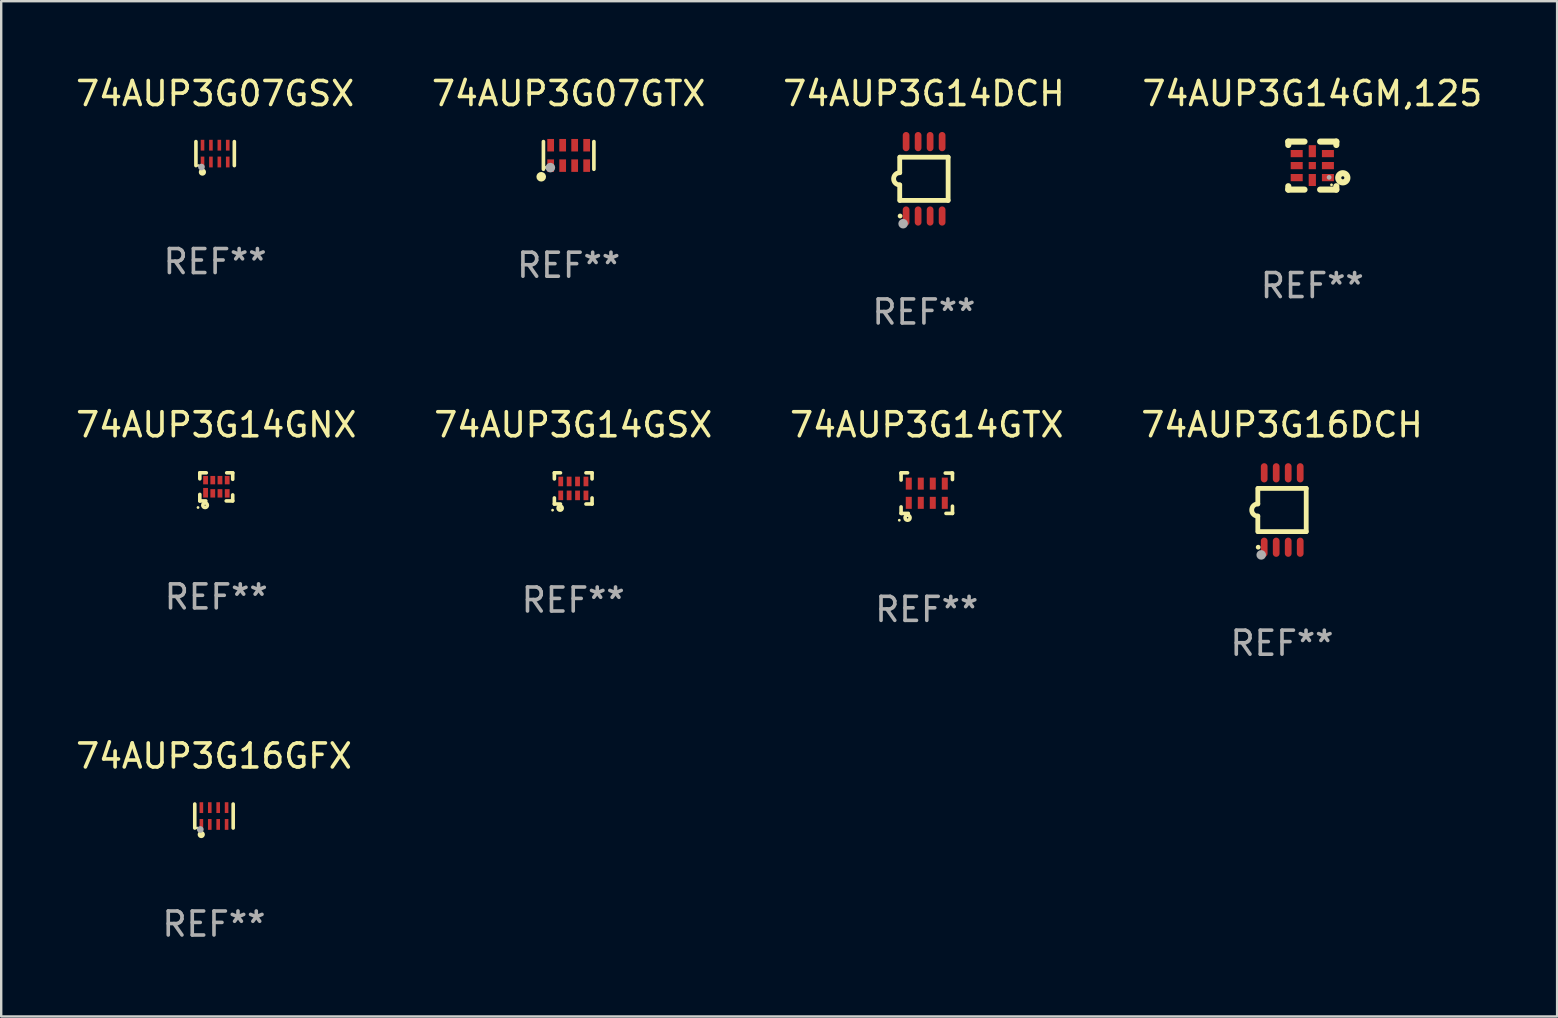
<source format=kicad_pcb>
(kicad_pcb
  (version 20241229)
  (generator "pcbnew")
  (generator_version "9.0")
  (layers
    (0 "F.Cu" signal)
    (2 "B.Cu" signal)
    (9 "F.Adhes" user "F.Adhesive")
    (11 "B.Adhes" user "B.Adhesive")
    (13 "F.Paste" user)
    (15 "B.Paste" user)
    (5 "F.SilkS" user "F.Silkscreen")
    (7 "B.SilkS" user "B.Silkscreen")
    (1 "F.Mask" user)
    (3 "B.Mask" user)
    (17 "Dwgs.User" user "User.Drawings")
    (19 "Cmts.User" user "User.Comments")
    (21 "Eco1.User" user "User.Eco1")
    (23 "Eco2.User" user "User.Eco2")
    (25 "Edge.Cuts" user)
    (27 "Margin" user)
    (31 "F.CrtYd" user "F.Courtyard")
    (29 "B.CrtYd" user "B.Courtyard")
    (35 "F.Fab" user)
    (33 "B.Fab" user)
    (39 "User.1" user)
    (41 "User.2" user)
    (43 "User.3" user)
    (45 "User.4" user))
  (footprint "74AUP3G14GNX"
    (layer "F.Cu")
    (at 5.958 17.23)
    (property "Reference" "74AUP3G14GNX" (at 0 -2.585 0) (layer "F.SilkS") (effects (font (size 1 1) (thickness 0.15))))
    (attr through_hole)
    (fp_line (start -0.685 -0.585) (end -0.415 -0.585) (stroke (width 0.15) (type solid)) (layer "F.SilkS"))
    (fp_line (start -0.685 -0.335) (end -0.685 -0.585) (stroke (width 0.15) (type solid)) (layer "F.SilkS"))
    (fp_line (start -0.685 0.585) (end -0.685 0.315) (stroke (width 0.15) (type solid)) (layer "F.SilkS"))
    (fp_line (start -0.435 0.585) (end -0.685 0.585) (stroke (width 0.15) (type solid)) (layer "F.SilkS"))
    (fp_line (start 0.435 -0.585) (end 0.685 -0.585) (stroke (width 0.15) (type solid)) (layer "F.SilkS"))
    (fp_line (start 0.685 -0.585) (end 0.685 -0.315) (stroke (width 0.15) (type solid)) (layer "F.SilkS"))
    (fp_line (start 0.685 0.335) (end 0.685 0.585) (stroke (width 0.15) (type solid)) (layer "F.SilkS"))
    (fp_line (start 0.685 0.585) (end 0.415 0.585) (stroke (width 0.15) (type solid)) (layer "F.SilkS"))
    (fp_circle (center -0.76 0.86) (end -0.73 0.86) (stroke (width 0.06) (type solid)) (fill no) (layer "F.SilkS"))
    (fp_circle (center -0.465 0.765) (end -0.445 0.765) (stroke (width 0.15) (type solid)) (fill no) (layer "F.SilkS"))
    (fp_text user "REF**" (at 0 4.585 0) (layer "F.Fab") (effects (font (size 1 1) (thickness 0.15))))
    (pad "1" smd rect (at -0.445 0.245) (size 0.2 0.4) (layers "F.Cu" "F.Mask" "F.Paste"))
    (pad "2" smd rect (at -0.145 0.27) (size 0.2 0.35) (layers "F.Cu" "F.Mask" "F.Paste"))
    (pad "3" smd rect (at 0.155 0.27) (size 0.2 0.35) (layers "F.Cu" "F.Mask" "F.Paste"))
    (pad "4" smd rect (at 0.455 0.27) (size 0.2 0.35) (layers "F.Cu" "F.Mask" "F.Paste"))
    (pad "5" smd rect (at 0.455 -0.28) (size 0.2 0.35) (layers "F.Cu" "F.Mask" "F.Paste"))
    (pad "6" smd rect (at 0.155 -0.28) (size 0.2 0.35) (layers "F.Cu" "F.Mask" "F.Paste"))
    (pad "7" smd rect (at -0.145 -0.28) (size 0.2 0.35) (layers "F.Cu" "F.Mask" "F.Paste"))
    (pad "8" smd rect (at -0.445 -0.28) (size 0.2 0.35) (layers "F.Cu" "F.Mask" "F.Paste")))
  (footprint "74AUP3G16DCH"
    (layer "F.Cu")
    (at 50.351 18.194)
    (property "Reference" "74AUP3G16DCH" (at 0 -3.55 0) (layer "F.SilkS") (effects (font (size 1 1) (thickness 0.15))))
    (attr through_hole)
    (fp_line (start -1.008 -0.254) (end -1.008 -0.9) (stroke (width 0.2) (type solid)) (layer "F.SilkS"))
    (fp_line (start -1.008 0.254) (end -1.008 0.9) (stroke (width 0.2) (type solid)) (layer "F.SilkS"))
    (fp_line (start -0.992 0.9) (end 1.008 0.9) (stroke (width 0.2) (type solid)) (layer "F.SilkS"))
    (fp_line (start 1.008 -0.9) (end -0.992 -0.9) (stroke (width 0.2) (type solid)) (layer "F.SilkS"))
    (fp_line (start 1.008 0.9) (end 1.008 -0.9) (stroke (width 0.2) (type solid)) (layer "F.SilkS"))
    (fp_arc (start -1.008001 0.254001) (mid -1.262002 0) (end -1.008001 -0.254001) (stroke (width 0.2) (type solid)) (layer "F.SilkS"))
    (fp_circle (center -0.992 1.55) (end -0.942 1.55) (stroke (width 0.1) (type solid)) (fill no) (layer "F.SilkS"))
    (fp_circle (center -0.866 1.87) (end -0.766 1.87) (stroke (width 0.2) (type solid)) (fill no) (layer "F.Fab"))
    (fp_text user "REF**" (at 0 5.55 0) (layer "F.Fab") (effects (font (size 1 1) (thickness 0.15))))
    (pad "1" smd oval (at -0.742 1.55 270) (size 0.8 0.28) (layers "F.Cu" "F.Mask" "F.Paste"))
    (pad "2" smd oval (at -0.242 1.55 270) (size 0.8 0.28) (layers "F.Cu" "F.Mask" "F.Paste"))
    (pad "3" smd oval (at 0.258 1.55 270) (size 0.8 0.28) (layers "F.Cu" "F.Mask" "F.Paste"))
    (pad "4" smd oval (at 0.758 1.55 270) (size 0.8 0.28) (layers "F.Cu" "F.Mask" "F.Paste"))
    (pad "5" smd oval (at 0.758 -1.55 270) (size 0.8 0.28) (layers "F.Cu" "F.Mask" "F.Paste"))
    (pad "6" smd oval (at 0.258 -1.55 270) (size 0.8 0.28) (layers "F.Cu" "F.Mask" "F.Paste"))
    (pad "7" smd oval (at -0.242 -1.55 270) (size 0.8 0.28) (layers "F.Cu" "F.Mask" "F.Paste"))
    (pad "8" smd oval (at -0.742 -1.55 270) (size 0.8 0.28) (layers "F.Cu" "F.Mask" "F.Paste")))
  (footprint "74AUP3G07GSX"
    (layer "F.Cu")
    (at 5.911 3.348)
    (property "Reference" "74AUP3G07GSX" (at 0 -2.5 0) (layer "F.SilkS") (effects (font (size 1 1) (thickness 0.15))))
    (attr through_hole)
    (fp_line (start -0.8 -0.5) (end -0.8 0.5) (stroke (width 0.15) (type solid)) (layer "F.SilkS"))
    (fp_line (start 0.8 -0.5) (end 0.8 0.5) (stroke (width 0.15) (type solid)) (layer "F.SilkS"))
    (fp_circle (center -0.7 0.5) (end -0.67 0.5) (stroke (width 0.06) (type solid)) (fill no) (layer "F.SilkS"))
    (fp_circle (center -0.53 0.77) (end -0.454 0.77) (stroke (width 0.15) (type solid)) (fill no) (layer "F.SilkS"))
    (fp_circle (center -0.57 0.56) (end -0.5 0.56) (stroke (width 0.14) (type solid)) (fill no) (layer "F.Fab"))
    (fp_text user "REF**" (at 0 4.5 0) (layer "F.Fab") (effects (font (size 1 1) (thickness 0.15))))
    (pad "1" smd rect (at -0.525 0.35) (size 0.15 0.45) (layers "F.Cu" "F.Mask" "F.Paste"))
    (pad "2" smd rect (at -0.175 0.35) (size 0.15 0.45) (layers "F.Cu" "F.Mask" "F.Paste"))
    (pad "3" smd rect (at 0.175 0.35) (size 0.15 0.45) (layers "F.Cu" "F.Mask" "F.Paste"))
    (pad "4" smd rect (at 0.525 0.35) (size 0.15 0.45) (layers "F.Cu" "F.Mask" "F.Paste"))
    (pad "5" smd rect (at 0.525 -0.35) (size 0.15 0.45) (layers "F.Cu" "F.Mask" "F.Paste"))
    (pad "6" smd rect (at 0.175 -0.35) (size 0.15 0.45) (layers "F.Cu" "F.Mask" "F.Paste"))
    (pad "7" smd rect (at -0.175 -0.35) (size 0.15 0.45) (layers "F.Cu" "F.Mask" "F.Paste"))
    (pad "8" smd rect (at -0.525 -0.35) (size 0.15 0.45) (layers "F.Cu" "F.Mask" "F.Paste")))
  (footprint "74AUP3G14GSX"
    (layer "F.Cu")
    (at 20.827 17.295)
    (property "Reference" "74AUP3G14GSX" (at 0 -2.65 0) (layer "F.SilkS") (effects (font (size 1 1) (thickness 0.15))))
    (attr through_hole)
    (fp_line (start -0.785 0.65) (end -0.785 0.396) (stroke (width 0.15) (type solid)) (layer "F.SilkS"))
    (fp_line (start -0.785 -0.65) (end -0.531 -0.65) (stroke (width 0.15) (type solid)) (layer "F.SilkS"))
    (fp_line (start -0.785 -0.396) (end -0.785 -0.65) (stroke (width 0.15) (type solid)) (layer "F.SilkS"))
    (fp_line (start -0.531 0.65) (end -0.785 0.65) (stroke (width 0.15) (type solid)) (layer "F.SilkS"))
    (fp_line (start 0.531 -0.65) (end 0.785 -0.65) (stroke (width 0.15) (type solid)) (layer "F.SilkS"))
    (fp_line (start 0.785 -0.65) (end 0.785 -0.396) (stroke (width 0.15) (type solid)) (layer "F.SilkS"))
    (fp_line (start 0.785 0.396) (end 0.785 0.65) (stroke (width 0.15) (type solid)) (layer "F.SilkS"))
    (fp_line (start 0.785 0.65) (end 0.531 0.65) (stroke (width 0.15) (type solid)) (layer "F.SilkS"))
    (fp_circle (center -0.86 0.905) (end -0.83 0.905) (stroke (width 0.06) (type solid)) (fill no) (layer "F.SilkS"))
    (fp_circle (center -0.545 0.82) (end -0.535 0.82) (stroke (width 0.15) (type solid)) (fill no) (layer "F.SilkS"))
    (fp_text user "REF**" (at 0 4.65 0) (layer "F.Fab") (effects (font (size 1 1) (thickness 0.15))))
    (pad "1" smd rect (at -0.52 0.29) (size 0.2 0.4) (layers "F.Cu" "F.Mask" "F.Paste"))
    (pad "2" smd rect (at -0.17 0.29) (size 0.2 0.4) (layers "F.Cu" "F.Mask" "F.Paste"))
    (pad "3" smd rect (at 0.18 0.29) (size 0.2 0.4) (layers "F.Cu" "F.Mask" "F.Paste"))
    (pad "4" smd rect (at 0.53 0.29) (size 0.2 0.4) (layers "F.Cu" "F.Mask" "F.Paste"))
    (pad "5" smd rect (at 0.53 -0.29) (size 0.2 0.4) (layers "F.Cu" "F.Mask" "F.Paste"))
    (pad "6" smd rect (at 0.18 -0.29) (size 0.2 0.4) (layers "F.Cu" "F.Mask" "F.Paste"))
    (pad "7" smd rect (at -0.17 -0.29) (size 0.2 0.4) (layers "F.Cu" "F.Mask" "F.Paste"))
    (pad "8" smd rect (at -0.52 -0.29) (size 0.2 0.4) (layers "F.Cu" "F.Mask" "F.Paste")))
  (footprint "74AUP3G14GM,125"
    (layer "F.Cu")
    (at 51.613 3.848)
    (property "Reference" "74AUP3G14GM,125" (at 0 -3 0) (layer "F.SilkS") (effects (font (size 1 1) (thickness 0.15))))
    (attr through_hole)
    (fp_line (start -1 -1) (end -0.325 -1) (stroke (width 0.254) (type solid)) (layer "F.SilkS"))
    (fp_line (start -1 -0.858) (end -1 -1) (stroke (width 0.254) (type solid)) (layer "F.SilkS"))
    (fp_line (start -1 1) (end -1 0.858) (stroke (width 0.254) (type solid)) (layer "F.SilkS"))
    (fp_line (start -0.325 1) (end -1 1) (stroke (width 0.254) (type solid)) (layer "F.SilkS"))
    (fp_line (start 0.325 -1) (end 1 -1) (stroke (width 0.254) (type solid)) (layer "F.SilkS"))
    (fp_line (start 1 -1) (end 1 -0.858) (stroke (width 0.254) (type solid)) (layer "F.SilkS"))
    (fp_line (start 1 0.858) (end 1 1) (stroke (width 0.254) (type solid)) (layer "F.SilkS"))
    (fp_line (start 1 1) (end 0.325 1) (stroke (width 0.254) (type solid)) (layer "F.SilkS"))
    (fp_circle (center 0.8 0.8) (end 0.83 0.8) (stroke (width 0.06) (type solid)) (fill no) (layer "F.SilkS"))
    (fp_circle (center 1.27 0.508) (end 1.334 0.508) (stroke (width 0.254) (type solid)) (fill no) (layer "F.SilkS"))
    (fp_circle (center 0.7 0.49) (end 0.75 0.49) (stroke (width 0.1) (type solid)) (fill no) (layer "F.Fab"))
    (fp_text user "REF**" (at 0 5 0) (layer "F.Fab") (effects (font (size 1 1) (thickness 0.15))))
    (pad "1" smd rect (at 0.65 0.5 180) (size 0.5 0.3) (layers "F.Cu" "F.Mask" "F.Paste"))
    (pad "2" smd rect (at 0.65 0 180) (size 0.5 0.3) (layers "F.Cu" "F.Mask" "F.Paste"))
    (pad "3" smd rect (at 0.65 -0.5 180) (size 0.5 0.3) (layers "F.Cu" "F.Mask" "F.Paste"))
    (pad "4" smd rect (at 0.000025 -0.6 270) (size 0.5 0.3) (layers "F.Cu" "F.Mask" "F.Paste"))
    (pad "5" smd rect (at -0.65 -0.5 180) (size 0.5 0.3) (layers "F.Cu" "F.Mask" "F.Paste"))
    (pad "6" smd rect (at -0.65 0 180) (size 0.5 0.3) (layers "F.Cu" "F.Mask" "F.Paste"))
    (pad "7" smd rect (at -0.65 0.5 180) (size 0.5 0.3) (layers "F.Cu" "F.Mask" "F.Paste"))
    (pad "8" smd rect (at 0.000025 0.6 270) (size 0.5 0.3) (layers "F.Cu" "F.Mask" "F.Paste"))
    (pad "9" smd rect (at 0.000025 0 270) (size 0.3 0.3) (layers "F.Cu" "F.Mask" "F.Paste")))
  (footprint "74AUP3G16GFX"
    (layer "F.Cu")
    (at 5.863 30.941)
    (property "Reference" "74AUP3G16GFX" (at 0 -2.5 0) (layer "F.SilkS") (effects (font (size 1 1) (thickness 0.15))))
    (attr through_hole)
    (fp_line (start -0.8 -0.5) (end -0.8 0.5) (stroke (width 0.15) (type solid)) (layer "F.SilkS"))
    (fp_line (start 0.8 -0.5) (end 0.8 0.5) (stroke (width 0.15) (type solid)) (layer "F.SilkS"))
    (fp_circle (center -0.7 0.5) (end -0.67 0.5) (stroke (width 0.06) (type solid)) (fill no) (layer "F.SilkS"))
    (fp_circle (center -0.53 0.77) (end -0.454 0.77) (stroke (width 0.15) (type solid)) (fill no) (layer "F.SilkS"))
    (fp_circle (center -0.57 0.56) (end -0.5 0.56) (stroke (width 0.14) (type solid)) (fill no) (layer "F.Fab"))
    (fp_text user "REF**" (at 0 4.5 0) (layer "F.Fab") (effects (font (size 1 1) (thickness 0.15))))
    (pad "1" smd rect (at -0.525 0.35) (size 0.15 0.45) (layers "F.Cu" "F.Mask" "F.Paste"))
    (pad "2" smd rect (at -0.175 0.35) (size 0.15 0.45) (layers "F.Cu" "F.Mask" "F.Paste"))
    (pad "3" smd rect (at 0.175 0.35) (size 0.15 0.45) (layers "F.Cu" "F.Mask" "F.Paste"))
    (pad "4" smd rect (at 0.525 0.35) (size 0.15 0.45) (layers "F.Cu" "F.Mask" "F.Paste"))
    (pad "5" smd rect (at 0.525 -0.35) (size 0.15 0.45) (layers "F.Cu" "F.Mask" "F.Paste"))
    (pad "6" smd rect (at 0.175 -0.35) (size 0.15 0.45) (layers "F.Cu" "F.Mask" "F.Paste"))
    (pad "7" smd rect (at -0.175 -0.35) (size 0.15 0.45) (layers "F.Cu" "F.Mask" "F.Paste"))
    (pad "8" smd rect (at -0.525 -0.35) (size 0.15 0.45) (layers "F.Cu" "F.Mask" "F.Paste")))
  (footprint "74AUP3G07GTX"
    (layer "F.Cu")
    (at 20.637 3.424)
    (property "Reference" "74AUP3G07GTX" (at 0 -2.576 0) (layer "F.SilkS") (effects (font (size 1 1) (thickness 0.15))))
    (attr through_hole)
    (fp_line (start -1.051 0.576) (end -1.051 -0.576) (stroke (width 0.152) (type solid)) (layer "F.SilkS"))
    (fp_line (start 1.051 -0.576) (end 1.051 0.576) (stroke (width 0.152) (type solid)) (layer "F.SilkS"))
    (fp_circle (center -1.143 0.889) (end -1.043 0.889) (stroke (width 0.2) (type solid)) (fill no) (layer "F.SilkS"))
    (fp_circle (center -0.975 0.5) (end -0.945 0.5) (stroke (width 0.06) (type solid)) (fill no) (layer "F.SilkS"))
    (fp_circle (center -0.762 0.508) (end -0.662 0.508) (stroke (width 0.2) (type solid)) (fill no) (layer "F.Fab"))
    (fp_text user "REF**" (at 0 4.576 0) (layer "F.Fab") (effects (font (size 1 1) (thickness 0.15))))
    (pad "1" smd rect (at -0.75 0.425) (size 0.28 0.521) (layers "F.Cu" "F.Mask" "F.Paste"))
    (pad "2" smd rect (at -0.25 0.425) (size 0.28 0.521) (layers "F.Cu" "F.Mask" "F.Paste"))
    (pad "3" smd rect (at 0.25 0.425) (size 0.28 0.521) (layers "F.Cu" "F.Mask" "F.Paste"))
    (pad "4" smd rect (at 0.75 0.425) (size 0.28 0.521) (layers "F.Cu" "F.Mask" "F.Paste"))
    (pad "5" smd rect (at 0.75 -0.425) (size 0.28 0.521) (layers "F.Cu" "F.Mask" "F.Paste"))
    (pad "6" smd rect (at 0.25 -0.425) (size 0.28 0.521) (layers "F.Cu" "F.Mask" "F.Paste"))
    (pad "7" smd rect (at -0.25 -0.425) (size 0.28 0.521) (layers "F.Cu" "F.Mask" "F.Paste"))
    (pad "8" smd rect (at -0.75 -0.425) (size 0.28 0.521) (layers "F.Cu" "F.Mask" "F.Paste")))
  (footprint "74AUP3G14DCH"
    (layer "F.Cu")
    (at 35.435 4.398)
    (property "Reference" "74AUP3G14DCH" (at 0 -3.55 0) (layer "F.SilkS") (effects (font (size 1 1) (thickness 0.15))))
    (attr through_hole)
    (fp_line (start -1.008 -0.254) (end -1.008 -0.9) (stroke (width 0.2) (type solid)) (layer "F.SilkS"))
    (fp_line (start -1.008 0.254) (end -1.008 0.9) (stroke (width 0.2) (type solid)) (layer "F.SilkS"))
    (fp_line (start -0.992 0.9) (end 1.008 0.9) (stroke (width 0.2) (type solid)) (layer "F.SilkS"))
    (fp_line (start 1.008 -0.9) (end -0.992 -0.9) (stroke (width 0.2) (type solid)) (layer "F.SilkS"))
    (fp_line (start 1.008 0.9) (end 1.008 -0.9) (stroke (width 0.2) (type solid)) (layer "F.SilkS"))
    (fp_arc (start -1.008001 0.254001) (mid -1.262002 0) (end -1.008001 -0.254001) (stroke (width 0.2) (type solid)) (layer "F.SilkS"))
    (fp_circle (center -0.992 1.55) (end -0.942 1.55) (stroke (width 0.1) (type solid)) (fill no) (layer "F.SilkS"))
    (fp_circle (center -0.866 1.87) (end -0.766 1.87) (stroke (width 0.2) (type solid)) (fill no) (layer "F.Fab"))
    (fp_text user "REF**" (at 0 5.55 0) (layer "F.Fab") (effects (font (size 1 1) (thickness 0.15))))
    (pad "1" smd oval (at -0.742 1.55 270) (size 0.8 0.28) (layers "F.Cu" "F.Mask" "F.Paste"))
    (pad "2" smd oval (at -0.242 1.55 270) (size 0.8 0.28) (layers "F.Cu" "F.Mask" "F.Paste"))
    (pad "3" smd oval (at 0.258 1.55 270) (size 0.8 0.28) (layers "F.Cu" "F.Mask" "F.Paste"))
    (pad "4" smd oval (at 0.758 1.55 270) (size 0.8 0.28) (layers "F.Cu" "F.Mask" "F.Paste"))
    (pad "5" smd oval (at 0.758 -1.55 270) (size 0.8 0.28) (layers "F.Cu" "F.Mask" "F.Paste"))
    (pad "6" smd oval (at 0.258 -1.55 270) (size 0.8 0.28) (layers "F.Cu" "F.Mask" "F.Paste"))
    (pad "7" smd oval (at -0.242 -1.55 270) (size 0.8 0.28) (layers "F.Cu" "F.Mask" "F.Paste"))
    (pad "8" smd oval (at -0.742 -1.55 270) (size 0.8 0.28) (layers "F.Cu" "F.Mask" "F.Paste")))
  (footprint "74AUP3G14GTX"
    (layer "F.Cu")
    (at 35.554 17.49)
    (property "Reference" "74AUP3G14GTX" (at 0 -2.845 0) (layer "F.SilkS") (effects (font (size 1 1) (thickness 0.15))))
    (attr through_hole)
    (fp_line (start -1.07 -0.845) (end -0.8 -0.845) (stroke (width 0.15) (type solid)) (layer "F.SilkS"))
    (fp_line (start -1.07 -0.815) (end -1.07 -0.845) (stroke (width 0.15) (type solid)) (layer "F.SilkS"))
    (fp_line (start -1.07 -0.545) (end -1.07 -0.815) (stroke (width 0.15) (type solid)) (layer "F.SilkS"))
    (fp_line (start -1.07 0.845) (end -1.07 0.575) (stroke (width 0.15) (type solid)) (layer "F.SilkS"))
    (fp_line (start -1.04 0.845) (end -1.07 0.845) (stroke (width 0.15) (type solid)) (layer "F.SilkS"))
    (fp_line (start -0.77 0.845) (end -1.04 0.845) (stroke (width 0.15) (type solid)) (layer "F.SilkS"))
    (fp_line (start 0.77 -0.835) (end 1.04 -0.835) (stroke (width 0.15) (type solid)) (layer "F.SilkS"))
    (fp_line (start 1.04 -0.835) (end 1.07 -0.835) (stroke (width 0.15) (type solid)) (layer "F.SilkS"))
    (fp_line (start 1.07 0.545) (end 1.07 0.815) (stroke (width 0.15) (type solid)) (layer "F.SilkS"))
    (fp_line (start 1.07 0.815) (end 1.07 0.845) (stroke (width 0.15) (type solid)) (layer "F.SilkS"))
    (fp_line (start 1.07 0.845) (end 0.8 0.845) (stroke (width 0.15) (type solid)) (layer "F.SilkS"))
    (fp_line (start 1.07 -0.835) (end 1.07 -0.565) (stroke (width 0.15) (type solid)) (layer "F.SilkS"))
    (fp_circle (center -1.145 1.13) (end -1.115 1.13) (stroke (width 0.06) (type solid)) (fill no) (layer "F.SilkS"))
    (fp_circle (center -0.8 1.025) (end -0.77 1.025) (stroke (width 0.15) (type solid)) (fill no) (layer "F.SilkS"))
    (fp_text user "REF**" (at 0 4.845 0) (layer "F.Fab") (effects (font (size 1 1) (thickness 0.15))))
    (pad "1" smd rect (at -0.75 0.405) (size 0.25 0.5) (layers "F.Cu" "F.Mask" "F.Paste"))
    (pad "2" smd rect (at -0.25 0.405) (size 0.25 0.5) (layers "F.Cu" "F.Mask" "F.Paste"))
    (pad "3" smd rect (at 0.25 0.405) (size 0.25 0.5) (layers "F.Cu" "F.Mask" "F.Paste"))
    (pad "4" smd rect (at 0.75 0.405) (size 0.25 0.5) (layers "F.Cu" "F.Mask" "F.Paste"))
    (pad "5" smd rect (at 0.75 -0.395) (size 0.25 0.5) (layers "F.Cu" "F.Mask" "F.Paste"))
    (pad "6" smd rect (at 0.25 -0.395) (size 0.25 0.5) (layers "F.Cu" "F.Mask" "F.Paste"))
    (pad "7" smd rect (at -0.25 -0.395) (size 0.25 0.5) (layers "F.Cu" "F.Mask" "F.Paste"))
    (pad "8" smd rect (at -0.75 -0.395) (size 0.25 0.5) (layers "F.Cu" "F.Mask" "F.Paste")))
  (gr_rect
    (start -3 -3)
    (end 61.81 39.289)
    (stroke (width 0.1) (type default))
    (fill no)
    (layer "Edge.Cuts")))
</source>
